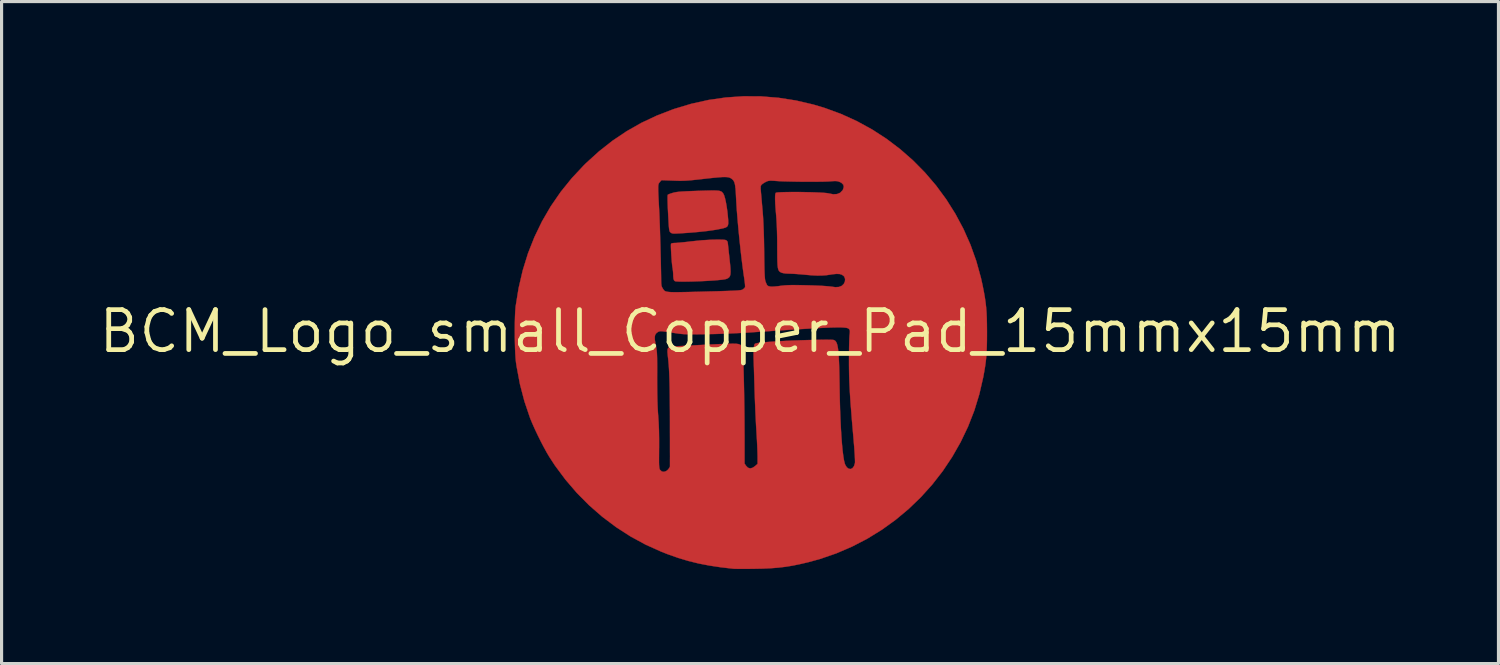
<source format=kicad_pcb>
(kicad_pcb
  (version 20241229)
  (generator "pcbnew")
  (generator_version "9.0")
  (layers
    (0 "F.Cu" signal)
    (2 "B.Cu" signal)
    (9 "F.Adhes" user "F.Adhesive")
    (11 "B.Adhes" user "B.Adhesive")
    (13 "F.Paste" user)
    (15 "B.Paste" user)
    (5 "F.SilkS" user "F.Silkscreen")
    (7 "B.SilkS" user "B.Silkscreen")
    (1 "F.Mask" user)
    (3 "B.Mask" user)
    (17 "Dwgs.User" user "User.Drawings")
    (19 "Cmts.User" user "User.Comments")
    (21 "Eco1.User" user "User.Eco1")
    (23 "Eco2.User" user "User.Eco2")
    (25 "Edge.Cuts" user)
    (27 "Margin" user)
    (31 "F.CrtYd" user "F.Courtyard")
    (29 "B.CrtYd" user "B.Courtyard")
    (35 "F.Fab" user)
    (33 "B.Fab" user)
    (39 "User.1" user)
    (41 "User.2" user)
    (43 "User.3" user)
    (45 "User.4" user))
  (footprint "BCM_Logo_small_Copper_Pad_15mmx15mm"
    (layer "F.Cu")
    (at 20.751 7.465)
    (property "Reference" "BCM_Logo_small_Copper_Pad_15mmx15mm" (at 0 0 0) (layer "F.SilkS") (effects (font (size 1.27 1.27) (thickness 0.15))))
    (attr board_only exclude_from_bom)
    (fp_poly (pts (xy -1.082 -4.469) (xy -1.011 -4.464) (xy -0.958 -4.455) (xy -0.92 -4.441) (xy -0.891 -4.422) (xy -0.868 -4.397) (xy -0.848 -4.371) (xy -0.822 -4.317) (xy -0.795 -4.227) (xy -0.768 -4.108) (xy -0.743 -3.966) (xy -0.72 -3.808) (xy -0.704 -3.655) (xy -0.693 -3.527) (xy -0.691 -3.434) (xy -0.7 -3.37) (xy -0.724 -3.327) (xy -0.767 -3.298) (xy -0.831 -3.277) (xy -0.887 -3.263) (xy -1.094 -3.223) (xy -1.339 -3.187) (xy -1.623 -3.156) (xy -1.947 -3.128) (xy -2.248 -3.109) (xy -2.35 -3.104) (xy -2.418 -3.103) (xy -2.464 -3.108) (xy -2.495 -3.119) (xy -2.52 -3.137) (xy -2.536 -3.15) (xy -2.548 -3.167) (xy -2.557 -3.191) (xy -2.565 -3.229) (xy -2.572 -3.285) (xy -2.579 -3.364) (xy -2.585 -3.471) (xy -2.593 -3.612) (xy -2.6 -3.746) (xy -2.609 -3.924) (xy -2.614 -4.073) (xy -2.617 -4.192) (xy -2.617 -4.278) (xy -2.613 -4.326) (xy -2.61 -4.335) (xy -2.581 -4.35) (xy -2.523 -4.372) (xy -2.449 -4.395) (xy -2.446 -4.396) (xy -2.396 -4.409) (xy -2.34 -4.419) (xy -2.27 -4.428) (xy -2.183 -4.436) (xy -2.072 -4.442) (xy -1.933 -4.449) (xy -1.759 -4.455) (xy -1.651 -4.459) (xy -1.457 -4.465) (xy -1.301 -4.469) (xy -1.177 -4.471) (xy -1.082 -4.469)) (stroke (width 0.01) (type solid)) (fill yes) (layer "F.Cu"))
    (fp_poly (pts (xy -0.852 -2.908) (xy -0.786 -2.901) (xy -0.745 -2.884) (xy -0.72 -2.856) (xy -0.707 -2.813) (xy -0.7 -2.751) (xy -0.696 -2.71) (xy -0.688 -2.639) (xy -0.678 -2.54) (xy -0.665 -2.424) (xy -0.652 -2.304) (xy -0.651 -2.297) (xy -0.633 -2.125) (xy -0.621 -1.99) (xy -0.618 -1.887) (xy -0.623 -1.81) (xy -0.638 -1.755) (xy -0.663 -1.716) (xy -0.7 -1.687) (xy -0.748 -1.665) (xy -0.753 -1.663) (xy -0.805 -1.651) (xy -0.893 -1.638) (xy -1.011 -1.627) (xy -1.151 -1.615) (xy -1.308 -1.605) (xy -1.475 -1.596) (xy -1.645 -1.589) (xy -1.812 -1.583) (xy -1.97 -1.579) (xy -2.112 -1.578) (xy -2.232 -1.579) (xy -2.322 -1.584) (xy -2.378 -1.591) (xy -2.378 -1.591) (xy -2.409 -1.614) (xy -2.428 -1.666) (xy -2.437 -1.751) (xy -2.438 -1.802) (xy -2.443 -1.89) (xy -2.454 -1.988) (xy -2.461 -2.024) (xy -2.47 -2.085) (xy -2.479 -2.172) (xy -2.488 -2.276) (xy -2.496 -2.39) (xy -2.503 -2.503) (xy -2.508 -2.607) (xy -2.511 -2.694) (xy -2.51 -2.755) (xy -2.508 -2.778) (xy -2.48 -2.796) (xy -2.418 -2.804) (xy -2.389 -2.805) (xy -2.334 -2.807) (xy -2.246 -2.815) (xy -2.133 -2.826) (xy -2.003 -2.839) (xy -1.864 -2.856) (xy -1.846 -2.858) (xy -1.52 -2.891) (xy -1.226 -2.908) (xy -1.079 -2.911) (xy -0.948 -2.911) (xy -0.852 -2.908)) (stroke (width 0.01) (type solid)) (fill yes) (layer "F.Cu"))
    (fp_poly (pts (xy 0.348 -7.457) (xy 0.904 -7.412) (xy 1.457 -7.326) (xy 2.006 -7.198) (xy 2.373 -7.088) (xy 2.893 -6.897) (xy 3.394 -6.669) (xy 3.874 -6.406) (xy 4.331 -6.11) (xy 4.764 -5.782) (xy 5.172 -5.424) (xy 5.552 -5.039) (xy 5.904 -4.627) (xy 6.225 -4.191) (xy 6.515 -3.731) (xy 6.772 -3.251) (xy 6.994 -2.751) (xy 7.179 -2.233) (xy 7.327 -1.699) (xy 7.381 -1.454) (xy 7.42 -1.256) (xy 7.451 -1.081) (xy 7.474 -0.919) (xy 7.492 -0.762) (xy 7.505 -0.6) (xy 7.513 -0.425) (xy 7.517 -0.227) (xy 7.519 0.004) (xy 7.519 0.042) (xy 7.518 0.273) (xy 7.514 0.471) (xy 7.507 0.644) (xy 7.497 0.803) (xy 7.481 0.955) (xy 7.46 1.11) (xy 7.432 1.278) (xy 7.401 1.45) (xy 7.277 1.99) (xy 7.116 2.516) (xy 6.917 3.024) (xy 6.682 3.515) (xy 6.414 3.985) (xy 6.114 4.434) (xy 5.783 4.859) (xy 5.423 5.259) (xy 5.035 5.633) (xy 4.622 5.978) (xy 4.184 6.294) (xy 3.723 6.578) (xy 3.241 6.828) (xy 2.739 7.044) (xy 2.219 7.223) (xy 1.848 7.325) (xy 1.59 7.385) (xy 1.352 7.434) (xy 1.124 7.471) (xy 0.896 7.498) (xy 0.657 7.517) (xy 0.396 7.529) (xy 0.133 7.534) (xy -0.023 7.536) (xy -0.169 7.537) (xy -0.299 7.537) (xy -0.406 7.536) (xy -0.483 7.535) (xy -0.523 7.533) (xy -0.922 7.487) (xy -1.288 7.432) (xy -1.631 7.366) (xy -1.959 7.285) (xy -2.282 7.188) (xy -2.609 7.073) (xy -2.82 6.99) (xy -3.314 6.768) (xy -3.792 6.508) (xy -4.251 6.212) (xy -4.69 5.882) (xy -5.105 5.52) (xy -5.494 5.128) (xy -5.855 4.708) (xy -6.186 4.263) (xy -6.369 3.983) (xy -6.452 3.843) (xy -6.545 3.673) (xy -6.643 3.485) (xy -6.74 3.289) (xy -6.832 3.095) (xy -6.912 2.914) (xy -6.978 2.756) (xy -6.985 2.736) (xy -7.16 2.218) (xy -7.301 1.678) (xy -7.406 1.121) (xy -7.427 0.984) (xy -7.439 0.867) (xy -7.449 0.715) (xy -7.457 0.538) (xy -7.462 0.342) (xy -7.465 0.18) (xy -3.024 0.18) (xy -3.02 0.272) (xy -3 0.395) (xy -2.992 0.437) (xy -2.98 0.496) (xy -2.97 0.553) (xy -2.962 0.611) (xy -2.956 0.676) (xy -2.952 0.754) (xy -2.949 0.849) (xy -2.948 0.968) (xy -2.947 1.114) (xy -2.947 1.293) (xy -2.948 1.45) (xy -2.947 1.744) (xy -2.944 2.001) (xy -2.939 2.229) (xy -2.931 2.431) (xy -2.92 2.614) (xy -2.915 2.677) (xy -2.9 2.903) (xy -2.89 3.141) (xy -2.886 3.401) (xy -2.886 3.693) (xy -2.887 3.725) (xy -2.888 3.904) (xy -2.889 4.045) (xy -2.889 4.154) (xy -2.887 4.235) (xy -2.883 4.294) (xy -2.878 4.336) (xy -2.871 4.365) (xy -2.861 4.386) (xy -2.854 4.397) (xy -2.8 4.446) (xy -2.732 4.458) (xy -2.661 4.434) (xy -2.606 4.39) (xy -2.567 4.34) (xy -2.544 4.298) (xy -2.541 4.289) (xy -2.541 4.262) (xy -2.541 4.197) (xy -2.541 4.096) (xy -2.54 3.965) (xy -2.541 3.805) (xy -2.541 3.621) (xy -2.541 3.416) (xy -2.542 3.194) (xy -2.542 2.959) (xy -2.542 2.868) (xy -2.543 2.552) (xy -2.545 2.274) (xy -2.547 2.031) (xy -2.55 1.818) (xy -2.554 1.631) (xy -2.559 1.467) (xy -2.565 1.321) (xy -2.572 1.189) (xy -2.58 1.068) (xy -2.59 0.953) (xy -2.602 0.84) (xy -2.61 0.768) (xy -2.62 0.657) (xy -2.618 0.58) (xy -2.601 0.53) (xy -2.567 0.502) (xy -2.518 0.488) (xy -2.477 0.483) (xy -2.4 0.478) (xy -2.292 0.471) (xy -2.158 0.463) (xy -2.003 0.455) (xy -1.833 0.446) (xy -1.654 0.437) (xy -1.471 0.428) (xy -1.29 0.419) (xy -1.115 0.411) (xy -0.953 0.404) (xy -0.808 0.399) (xy -0.687 0.394) (xy -0.595 0.392) (xy -0.548 0.391) (xy -0.433 0.394) (xy -0.353 0.406) (xy -0.3 0.431) (xy -0.267 0.474) (xy -0.246 0.541) (xy -0.236 0.592) (xy -0.23 0.65) (xy -0.224 0.747) (xy -0.217 0.877) (xy -0.211 1.038) (xy -0.205 1.225) (xy -0.199 1.435) (xy -0.194 1.663) (xy -0.189 1.905) (xy -0.185 2.157) (xy -0.181 2.416) (xy -0.178 2.678) (xy -0.176 2.937) (xy -0.175 3.191) (xy -0.174 3.314) (xy -0.174 4.195) (xy -0.125 4.267) (xy -0.065 4.328) (xy 0.005 4.349) (xy 0.083 4.328) (xy 0.155 4.279) (xy 0.239 4.206) (xy 0.239 3.966) (xy 0.237 3.877) (xy 0.233 3.755) (xy 0.227 3.609) (xy 0.219 3.447) (xy 0.209 3.279) (xy 0.202 3.154) (xy 0.191 2.98) (xy 0.181 2.775) (xy 0.17 2.552) (xy 0.161 2.323) (xy 0.152 2.098) (xy 0.145 1.891) (xy 0.144 1.873) (xy 0.139 1.687) (xy 0.133 1.5) (xy 0.128 1.32) (xy 0.123 1.155) (xy 0.118 1.013) (xy 0.115 0.902) (xy 0.113 0.868) (xy 0.111 0.706) (xy 0.115 0.574) (xy 0.125 0.476) (xy 0.141 0.414) (xy 0.151 0.398) (xy 0.177 0.385) (xy 0.229 0.373) (xy 0.311 0.36) (xy 0.424 0.348) (xy 0.573 0.336) (xy 0.76 0.323) (xy 0.853 0.317) (xy 1.018 0.308) (xy 1.197 0.299) (xy 1.386 0.291) (xy 1.578 0.284) (xy 1.77 0.278) (xy 1.956 0.273) (xy 2.13 0.269) (xy 2.287 0.266) (xy 2.423 0.265) (xy 2.532 0.266) (xy 2.609 0.268) (xy 2.648 0.272) (xy 2.682 0.285) (xy 2.712 0.308) (xy 2.737 0.344) (xy 2.759 0.396) (xy 2.777 0.467) (xy 2.793 0.559) (xy 2.805 0.675) (xy 2.816 0.819) (xy 2.824 0.993) (xy 2.831 1.2) (xy 2.836 1.443) (xy 2.841 1.725) (xy 2.842 1.778) (xy 2.848 2.133) (xy 2.857 2.469) (xy 2.869 2.785) (xy 2.883 3.077) (xy 2.9 3.344) (xy 2.918 3.582) (xy 2.938 3.789) (xy 2.96 3.962) (xy 2.983 4.1) (xy 3.008 4.199) (xy 3.021 4.234) (xy 3.072 4.316) (xy 3.132 4.36) (xy 3.195 4.368) (xy 3.252 4.339) (xy 3.299 4.276) (xy 3.329 4.18) (xy 3.33 4.173) (xy 3.331 4.13) (xy 3.329 4.05) (xy 3.324 3.941) (xy 3.315 3.809) (xy 3.305 3.659) (xy 3.291 3.499) (xy 3.289 3.471) (xy 3.26 3.133) (xy 3.234 2.832) (xy 3.213 2.564) (xy 3.194 2.325) (xy 3.179 2.11) (xy 3.167 1.914) (xy 3.158 1.734) (xy 3.15 1.563) (xy 3.145 1.399) (xy 3.142 1.236) (xy 3.14 1.07) (xy 3.14 0.973) (xy 3.14 0.801) (xy 3.142 0.633) (xy 3.144 0.477) (xy 3.148 0.34) (xy 3.151 0.229) (xy 3.156 0.152) (xy 3.157 0.137) (xy 3.166 0.049) (xy 3.168 -0.007) (xy 3.162 -0.042) (xy 3.147 -0.067) (xy 3.128 -0.085) (xy 3.109 -0.097) (xy 3.08 -0.107) (xy 3.039 -0.115) (xy 2.984 -0.121) (xy 2.913 -0.125) (xy 2.823 -0.126) (xy 2.714 -0.125) (xy 2.583 -0.122) (xy 2.427 -0.116) (xy 2.246 -0.108) (xy 2.037 -0.097) (xy 1.797 -0.083) (xy 1.526 -0.067) (xy 1.221 -0.048) (xy 0.879 -0.025) (xy 0.5 0) (xy 0.081 0.028) (xy 0.017 0.033) (xy -0.177 0.045) (xy -0.4 0.056) (xy -0.641 0.067) (xy -0.885 0.076) (xy -1.121 0.084) (xy -1.336 0.088) (xy -1.355 0.089) (xy -1.55 0.092) (xy -1.71 0.094) (xy -1.84 0.095) (xy -1.947 0.094) (xy -2.038 0.091) (xy -2.119 0.087) (xy -2.196 0.08) (xy -2.277 0.07) (xy -2.366 0.057) (xy -2.47 0.042) (xy -2.606 0.021) (xy -2.707 0.007) (xy -2.78 -0.002) (xy -2.83 -0.005) (xy -2.866 -0.002) (xy -2.892 0.005) (xy -2.917 0.017) (xy -2.929 0.024) (xy -2.979 0.063) (xy -3.011 0.113) (xy -3.024 0.18) (xy -7.465 0.18) (xy -7.465 0.137) (xy -7.466 -0.07) (xy -7.464 -0.27) (xy -7.459 -0.456) (xy -7.452 -0.619) (xy -7.442 -0.751) (xy -7.438 -0.794) (xy -7.344 -1.373) (xy -7.214 -1.933) (xy -7.047 -2.473) (xy -6.842 -2.992) (xy -6.601 -3.491) (xy -6.323 -3.969) (xy -6.008 -4.426) (xy -5.916 -4.54) (xy -2.915 -4.54) (xy -2.914 -4.459) (xy -2.91 -4.354) (xy -2.904 -4.22) (xy -2.895 -4.053) (xy -2.884 -3.85) (xy -2.88 -3.778) (xy -2.875 -3.669) (xy -2.87 -3.525) (xy -2.863 -3.351) (xy -2.857 -3.156) (xy -2.851 -2.945) (xy -2.844 -2.725) (xy -2.839 -2.503) (xy -2.833 -2.286) (xy -2.829 -2.081) (xy -2.825 -1.893) (xy -2.822 -1.731) (xy -2.821 -1.617) (xy -2.818 -1.522) (xy -2.811 -1.456) (xy -2.796 -1.407) (xy -2.771 -1.364) (xy -2.754 -1.337) (xy -2.739 -1.315) (xy -2.722 -1.295) (xy -2.701 -1.279) (xy -2.672 -1.267) (xy -2.633 -1.257) (xy -2.579 -1.25) (xy -2.509 -1.245) (xy -2.418 -1.243) (xy -2.304 -1.243) (xy -2.164 -1.245) (xy -1.994 -1.248) (xy -1.791 -1.253) (xy -1.552 -1.259) (xy -1.274 -1.267) (xy -1.262 -1.267) (xy -1.031 -1.273) (xy -0.838 -1.279) (xy -0.68 -1.284) (xy -0.554 -1.289) (xy -0.454 -1.294) (xy -0.378 -1.299) (xy -0.322 -1.305) (xy -0.282 -1.311) (xy -0.254 -1.318) (xy -0.235 -1.327) (xy -0.229 -1.33) (xy -0.184 -1.367) (xy -0.158 -1.402) (xy -0.157 -1.434) (xy -0.161 -1.5) (xy -0.171 -1.59) (xy -0.186 -1.696) (xy -0.192 -1.734) (xy -0.222 -1.944) (xy -0.253 -2.185) (xy -0.285 -2.45) (xy -0.316 -2.731) (xy -0.346 -3.019) (xy -0.374 -3.306) (xy -0.398 -3.583) (xy -0.419 -3.842) (xy -0.434 -4.075) (xy -0.444 -4.255) (xy -0.452 -4.42) (xy -0.462 -4.549) (xy -0.464 -4.56) (xy 0.336 -4.56) (xy 0.34 -4.487) (xy 0.342 -4.468) (xy 0.347 -4.402) (xy 0.356 -4.303) (xy 0.367 -4.178) (xy 0.379 -4.038) (xy 0.392 -3.89) (xy 0.397 -3.842) (xy 0.412 -3.645) (xy 0.424 -3.43) (xy 0.434 -3.19) (xy 0.442 -2.921) (xy 0.447 -2.616) (xy 0.448 -2.519) (xy 0.451 -2.299) (xy 0.454 -2.117) (xy 0.457 -1.97) (xy 0.461 -1.852) (xy 0.466 -1.76) (xy 0.471 -1.691) (xy 0.477 -1.639) (xy 0.485 -1.601) (xy 0.492 -1.579) (xy 0.517 -1.517) (xy 0.54 -1.47) (xy 0.547 -1.459) (xy 0.588 -1.433) (xy 0.658 -1.42) (xy 0.761 -1.421) (xy 0.9 -1.435) (xy 0.95 -1.442) (xy 1.031 -1.452) (xy 1.113 -1.46) (xy 1.201 -1.465) (xy 1.304 -1.468) (xy 1.426 -1.468) (xy 1.576 -1.467) (xy 1.76 -1.463) (xy 1.805 -1.462) (xy 1.988 -1.457) (xy 2.157 -1.45) (xy 2.306 -1.443) (xy 2.43 -1.434) (xy 2.523 -1.426) (xy 2.567 -1.42) (xy 2.709 -1.402) (xy 2.82 -1.409) (xy 2.906 -1.442) (xy 2.912 -1.446) (xy 2.976 -1.507) (xy 3.011 -1.583) (xy 3.017 -1.663) (xy 2.99 -1.735) (xy 2.972 -1.757) (xy 2.915 -1.798) (xy 2.842 -1.82) (xy 2.745 -1.824) (xy 2.619 -1.812) (xy 2.558 -1.802) (xy 2.422 -1.782) (xy 2.285 -1.772) (xy 2.138 -1.77) (xy 1.972 -1.778) (xy 1.777 -1.794) (xy 1.721 -1.8) (xy 1.594 -1.811) (xy 1.464 -1.821) (xy 1.346 -1.828) (xy 1.254 -1.831) (xy 1.249 -1.831) (xy 1.141 -1.835) (xy 1.051 -1.848) (xy 1 -1.862) (xy 0.964 -1.879) (xy 0.935 -1.9) (xy 0.912 -1.929) (xy 0.894 -1.97) (xy 0.882 -2.028) (xy 0.873 -2.108) (xy 0.868 -2.213) (xy 0.865 -2.349) (xy 0.864 -2.519) (xy 0.863 -2.672) (xy 0.862 -2.915) (xy 0.857 -3.144) (xy 0.85 -3.353) (xy 0.84 -3.534) (xy 0.832 -3.645) (xy 0.813 -3.868) (xy 0.8 -4.05) (xy 0.795 -4.193) (xy 0.796 -4.298) (xy 0.804 -4.365) (xy 0.817 -4.397) (xy 0.846 -4.405) (xy 0.912 -4.411) (xy 1.009 -4.416) (xy 1.131 -4.419) (xy 1.272 -4.421) (xy 1.428 -4.422) (xy 1.591 -4.421) (xy 1.757 -4.418) (xy 1.92 -4.415) (xy 2.073 -4.41) (xy 2.212 -4.404) (xy 2.331 -4.397) (xy 2.423 -4.389) (xy 2.484 -4.38) (xy 2.493 -4.378) (xy 2.639 -4.35) (xy 2.761 -4.357) (xy 2.859 -4.397) (xy 2.932 -4.472) (xy 2.95 -4.501) (xy 2.975 -4.584) (xy 2.96 -4.653) (xy 2.905 -4.71) (xy 2.857 -4.736) (xy 2.809 -4.755) (xy 2.764 -4.766) (xy 2.71 -4.77) (xy 2.637 -4.768) (xy 2.537 -4.76) (xy 2.444 -4.755) (xy 2.316 -4.751) (xy 2.161 -4.749) (xy 1.985 -4.748) (xy 1.798 -4.748) (xy 1.605 -4.749) (xy 1.414 -4.752) (xy 1.233 -4.756) (xy 1.07 -4.76) (xy 0.931 -4.766) (xy 0.836 -4.772) (xy 0.729 -4.78) (xy 0.654 -4.782) (xy 0.6 -4.778) (xy 0.557 -4.768) (xy 0.515 -4.751) (xy 0.513 -4.75) (xy 0.447 -4.714) (xy 0.389 -4.674) (xy 0.378 -4.664) (xy 0.352 -4.636) (xy 0.339 -4.606) (xy 0.336 -4.56) (xy -0.464 -4.56) (xy -0.476 -4.648) (xy -0.494 -4.721) (xy -0.519 -4.775) (xy -0.552 -4.816) (xy -0.595 -4.85) (xy -0.607 -4.858) (xy -0.641 -4.875) (xy -0.681 -4.888) (xy -0.733 -4.895) (xy -0.8 -4.898) (xy -0.887 -4.896) (xy -0.998 -4.888) (xy -1.139 -4.875) (xy -1.312 -4.857) (xy -1.503 -4.835) (xy -1.681 -4.815) (xy -1.826 -4.8) (xy -1.946 -4.789) (xy -2.05 -4.782) (xy -2.146 -4.779) (xy -2.243 -4.778) (xy -2.35 -4.781) (xy -2.44 -4.784) (xy -2.812 -4.798) (xy -2.867 -4.733) (xy -2.882 -4.715) (xy -2.894 -4.697) (xy -2.903 -4.674) (xy -2.91 -4.643) (xy -2.914 -4.6) (xy -2.915 -4.54) (xy -5.916 -4.54) (xy -5.656 -4.861) (xy -5.269 -5.275) (xy -5.209 -5.334) (xy -4.794 -5.711) (xy -4.365 -6.049) (xy -3.917 -6.35) (xy -3.449 -6.616) (xy -2.958 -6.847) (xy -2.44 -7.047) (xy -2.401 -7.06) (xy -1.862 -7.222) (xy -1.315 -7.343) (xy -0.763 -7.422) (xy -0.208 -7.46) (xy 0.348 -7.457)) (stroke (width 0.01) (type solid)) (fill yes) (layer "F.Cu"))
    (fp_poly (pts (xy -1.082 -4.469) (xy -1.011 -4.464) (xy -0.958 -4.455) (xy -0.92 -4.441) (xy -0.891 -4.422) (xy -0.868 -4.397) (xy -0.848 -4.371) (xy -0.822 -4.317) (xy -0.795 -4.227) (xy -0.768 -4.108) (xy -0.743 -3.966) (xy -0.72 -3.808) (xy -0.704 -3.655) (xy -0.693 -3.527) (xy -0.691 -3.434) (xy -0.7 -3.37) (xy -0.724 -3.327) (xy -0.767 -3.298) (xy -0.831 -3.277) (xy -0.887 -3.263) (xy -1.094 -3.223) (xy -1.339 -3.187) (xy -1.623 -3.156) (xy -1.947 -3.128) (xy -2.248 -3.109) (xy -2.35 -3.104) (xy -2.418 -3.103) (xy -2.464 -3.108) (xy -2.495 -3.119) (xy -2.52 -3.137) (xy -2.536 -3.15) (xy -2.548 -3.167) (xy -2.557 -3.191) (xy -2.565 -3.229) (xy -2.572 -3.285) (xy -2.579 -3.364) (xy -2.585 -3.471) (xy -2.593 -3.612) (xy -2.6 -3.746) (xy -2.609 -3.924) (xy -2.614 -4.073) (xy -2.617 -4.192) (xy -2.617 -4.278) (xy -2.613 -4.326) (xy -2.61 -4.335) (xy -2.581 -4.35) (xy -2.523 -4.372) (xy -2.449 -4.395) (xy -2.446 -4.396) (xy -2.396 -4.409) (xy -2.34 -4.419) (xy -2.27 -4.428) (xy -2.183 -4.436) (xy -2.072 -4.442) (xy -1.933 -4.449) (xy -1.759 -4.455) (xy -1.651 -4.459) (xy -1.457 -4.465) (xy -1.301 -4.469) (xy -1.177 -4.471) (xy -1.082 -4.469)) (stroke (width 0.01) (type solid)) (fill yes) (layer "F.Mask"))
    (fp_poly (pts (xy -0.852 -2.908) (xy -0.786 -2.901) (xy -0.745 -2.884) (xy -0.72 -2.856) (xy -0.707 -2.813) (xy -0.7 -2.751) (xy -0.696 -2.71) (xy -0.688 -2.639) (xy -0.678 -2.54) (xy -0.665 -2.424) (xy -0.652 -2.304) (xy -0.651 -2.297) (xy -0.633 -2.125) (xy -0.621 -1.99) (xy -0.618 -1.887) (xy -0.623 -1.81) (xy -0.638 -1.755) (xy -0.663 -1.716) (xy -0.7 -1.687) (xy -0.748 -1.665) (xy -0.753 -1.663) (xy -0.805 -1.651) (xy -0.893 -1.638) (xy -1.011 -1.627) (xy -1.151 -1.615) (xy -1.308 -1.605) (xy -1.475 -1.596) (xy -1.645 -1.589) (xy -1.812 -1.583) (xy -1.97 -1.579) (xy -2.112 -1.578) (xy -2.232 -1.579) (xy -2.322 -1.584) (xy -2.378 -1.591) (xy -2.378 -1.591) (xy -2.409 -1.614) (xy -2.428 -1.666) (xy -2.437 -1.751) (xy -2.438 -1.802) (xy -2.443 -1.89) (xy -2.454 -1.988) (xy -2.461 -2.024) (xy -2.47 -2.085) (xy -2.479 -2.172) (xy -2.488 -2.276) (xy -2.496 -2.39) (xy -2.503 -2.503) (xy -2.508 -2.607) (xy -2.511 -2.694) (xy -2.51 -2.755) (xy -2.508 -2.778) (xy -2.48 -2.796) (xy -2.418 -2.804) (xy -2.389 -2.805) (xy -2.334 -2.807) (xy -2.246 -2.815) (xy -2.133 -2.826) (xy -2.003 -2.839) (xy -1.864 -2.856) (xy -1.846 -2.858) (xy -1.52 -2.891) (xy -1.226 -2.908) (xy -1.079 -2.911) (xy -0.948 -2.911) (xy -0.852 -2.908)) (stroke (width 0.01) (type solid)) (fill yes) (layer "F.Mask"))
    (fp_poly (pts (xy 0.348 -7.457) (xy 0.904 -7.412) (xy 1.457 -7.326) (xy 2.006 -7.198) (xy 2.373 -7.088) (xy 2.893 -6.897) (xy 3.394 -6.669) (xy 3.874 -6.406) (xy 4.331 -6.11) (xy 4.764 -5.782) (xy 5.172 -5.424) (xy 5.552 -5.039) (xy 5.904 -4.627) (xy 6.225 -4.191) (xy 6.515 -3.731) (xy 6.772 -3.251) (xy 6.994 -2.751) (xy 7.179 -2.233) (xy 7.327 -1.699) (xy 7.381 -1.454) (xy 7.42 -1.256) (xy 7.451 -1.081) (xy 7.474 -0.919) (xy 7.492 -0.762) (xy 7.505 -0.6) (xy 7.513 -0.425) (xy 7.517 -0.227) (xy 7.519 0.004) (xy 7.519 0.042) (xy 7.518 0.273) (xy 7.514 0.471) (xy 7.507 0.644) (xy 7.497 0.803) (xy 7.481 0.955) (xy 7.46 1.11) (xy 7.432 1.278) (xy 7.401 1.45) (xy 7.277 1.99) (xy 7.116 2.516) (xy 6.917 3.024) (xy 6.682 3.515) (xy 6.414 3.985) (xy 6.114 4.434) (xy 5.783 4.859) (xy 5.423 5.259) (xy 5.035 5.633) (xy 4.622 5.978) (xy 4.184 6.294) (xy 3.723 6.578) (xy 3.241 6.828) (xy 2.739 7.044) (xy 2.219 7.223) (xy 1.848 7.325) (xy 1.59 7.385) (xy 1.352 7.434) (xy 1.124 7.471) (xy 0.896 7.498) (xy 0.657 7.517) (xy 0.396 7.529) (xy 0.133 7.534) (xy -0.023 7.536) (xy -0.169 7.537) (xy -0.299 7.537) (xy -0.406 7.536) (xy -0.483 7.535) (xy -0.523 7.533) (xy -0.922 7.487) (xy -1.288 7.432) (xy -1.631 7.366) (xy -1.959 7.285) (xy -2.282 7.188) (xy -2.609 7.073) (xy -2.82 6.99) (xy -3.314 6.768) (xy -3.792 6.508) (xy -4.251 6.212) (xy -4.69 5.882) (xy -5.105 5.52) (xy -5.494 5.128) (xy -5.855 4.708) (xy -6.186 4.263) (xy -6.369 3.983) (xy -6.452 3.843) (xy -6.545 3.673) (xy -6.643 3.485) (xy -6.74 3.289) (xy -6.832 3.095) (xy -6.912 2.914) (xy -6.978 2.756) (xy -6.985 2.736) (xy -7.16 2.218) (xy -7.301 1.678) (xy -7.406 1.121) (xy -7.427 0.984) (xy -7.439 0.867) (xy -7.449 0.715) (xy -7.457 0.538) (xy -7.462 0.342) (xy -7.465 0.18) (xy -3.024 0.18) (xy -3.02 0.272) (xy -3 0.395) (xy -2.992 0.437) (xy -2.98 0.496) (xy -2.97 0.553) (xy -2.962 0.611) (xy -2.956 0.676) (xy -2.952 0.754) (xy -2.949 0.849) (xy -2.948 0.968) (xy -2.947 1.114) (xy -2.947 1.293) (xy -2.948 1.45) (xy -2.947 1.744) (xy -2.944 2.001) (xy -2.939 2.229) (xy -2.931 2.431) (xy -2.92 2.614) (xy -2.915 2.677) (xy -2.9 2.903) (xy -2.89 3.141) (xy -2.886 3.401) (xy -2.886 3.693) (xy -2.887 3.725) (xy -2.888 3.904) (xy -2.889 4.045) (xy -2.889 4.154) (xy -2.887 4.235) (xy -2.883 4.294) (xy -2.878 4.336) (xy -2.871 4.365) (xy -2.861 4.386) (xy -2.854 4.397) (xy -2.8 4.446) (xy -2.732 4.458) (xy -2.661 4.434) (xy -2.606 4.39) (xy -2.567 4.34) (xy -2.544 4.298) (xy -2.541 4.289) (xy -2.541 4.262) (xy -2.541 4.197) (xy -2.541 4.096) (xy -2.54 3.965) (xy -2.541 3.805) (xy -2.541 3.621) (xy -2.541 3.416) (xy -2.542 3.194) (xy -2.542 2.959) (xy -2.542 2.868) (xy -2.543 2.552) (xy -2.545 2.274) (xy -2.547 2.031) (xy -2.55 1.818) (xy -2.554 1.631) (xy -2.559 1.467) (xy -2.565 1.321) (xy -2.572 1.189) (xy -2.58 1.068) (xy -2.59 0.953) (xy -2.602 0.84) (xy -2.61 0.768) (xy -2.62 0.657) (xy -2.618 0.58) (xy -2.601 0.53) (xy -2.567 0.502) (xy -2.518 0.488) (xy -2.477 0.483) (xy -2.4 0.478) (xy -2.292 0.471) (xy -2.158 0.463) (xy -2.003 0.455) (xy -1.833 0.446) (xy -1.654 0.437) (xy -1.471 0.428) (xy -1.29 0.419) (xy -1.115 0.411) (xy -0.953 0.404) (xy -0.808 0.399) (xy -0.687 0.394) (xy -0.595 0.392) (xy -0.548 0.391) (xy -0.433 0.394) (xy -0.353 0.406) (xy -0.3 0.431) (xy -0.267 0.474) (xy -0.246 0.541) (xy -0.236 0.592) (xy -0.23 0.65) (xy -0.224 0.747) (xy -0.217 0.877) (xy -0.211 1.038) (xy -0.205 1.225) (xy -0.199 1.435) (xy -0.194 1.663) (xy -0.189 1.905) (xy -0.185 2.157) (xy -0.181 2.416) (xy -0.178 2.678) (xy -0.176 2.937) (xy -0.175 3.191) (xy -0.174 3.314) (xy -0.174 4.195) (xy -0.125 4.267) (xy -0.065 4.328) (xy 0.005 4.349) (xy 0.083 4.328) (xy 0.155 4.279) (xy 0.239 4.206) (xy 0.239 3.966) (xy 0.237 3.877) (xy 0.233 3.755) (xy 0.227 3.609) (xy 0.219 3.447) (xy 0.209 3.279) (xy 0.202 3.154) (xy 0.191 2.98) (xy 0.181 2.775) (xy 0.17 2.552) (xy 0.161 2.323) (xy 0.152 2.098) (xy 0.145 1.891) (xy 0.144 1.873) (xy 0.139 1.687) (xy 0.133 1.5) (xy 0.128 1.32) (xy 0.123 1.155) (xy 0.118 1.013) (xy 0.115 0.902) (xy 0.113 0.868) (xy 0.111 0.706) (xy 0.115 0.574) (xy 0.125 0.476) (xy 0.141 0.414) (xy 0.151 0.398) (xy 0.177 0.385) (xy 0.229 0.373) (xy 0.311 0.36) (xy 0.424 0.348) (xy 0.573 0.336) (xy 0.76 0.323) (xy 0.853 0.317) (xy 1.018 0.308) (xy 1.197 0.299) (xy 1.386 0.291) (xy 1.578 0.284) (xy 1.77 0.278) (xy 1.956 0.273) (xy 2.13 0.269) (xy 2.287 0.266) (xy 2.423 0.265) (xy 2.532 0.266) (xy 2.609 0.268) (xy 2.648 0.272) (xy 2.682 0.285) (xy 2.712 0.308) (xy 2.737 0.344) (xy 2.759 0.396) (xy 2.777 0.467) (xy 2.793 0.559) (xy 2.805 0.675) (xy 2.816 0.819) (xy 2.824 0.993) (xy 2.831 1.2) (xy 2.836 1.443) (xy 2.841 1.725) (xy 2.842 1.778) (xy 2.848 2.133) (xy 2.857 2.469) (xy 2.869 2.785) (xy 2.883 3.077) (xy 2.9 3.344) (xy 2.918 3.582) (xy 2.938 3.789) (xy 2.96 3.962) (xy 2.983 4.1) (xy 3.008 4.199) (xy 3.021 4.234) (xy 3.072 4.316) (xy 3.132 4.36) (xy 3.195 4.368) (xy 3.252 4.339) (xy 3.299 4.276) (xy 3.329 4.18) (xy 3.33 4.173) (xy 3.331 4.13) (xy 3.329 4.05) (xy 3.324 3.941) (xy 3.315 3.809) (xy 3.305 3.659) (xy 3.291 3.499) (xy 3.289 3.471) (xy 3.26 3.133) (xy 3.234 2.832) (xy 3.213 2.564) (xy 3.194 2.325) (xy 3.179 2.11) (xy 3.167 1.914) (xy 3.158 1.734) (xy 3.15 1.563) (xy 3.145 1.399) (xy 3.142 1.236) (xy 3.14 1.07) (xy 3.14 0.973) (xy 3.14 0.801) (xy 3.142 0.633) (xy 3.144 0.477) (xy 3.148 0.34) (xy 3.151 0.229) (xy 3.156 0.152) (xy 3.157 0.137) (xy 3.166 0.049) (xy 3.168 -0.007) (xy 3.162 -0.042) (xy 3.147 -0.067) (xy 3.128 -0.085) (xy 3.109 -0.097) (xy 3.08 -0.107) (xy 3.039 -0.115) (xy 2.984 -0.121) (xy 2.913 -0.125) (xy 2.823 -0.126) (xy 2.714 -0.125) (xy 2.583 -0.122) (xy 2.427 -0.116) (xy 2.246 -0.108) (xy 2.037 -0.097) (xy 1.797 -0.083) (xy 1.526 -0.067) (xy 1.221 -0.048) (xy 0.879 -0.025) (xy 0.5 0) (xy 0.081 0.028) (xy 0.017 0.033) (xy -0.177 0.045) (xy -0.4 0.056) (xy -0.641 0.067) (xy -0.885 0.076) (xy -1.121 0.084) (xy -1.336 0.088) (xy -1.355 0.089) (xy -1.55 0.092) (xy -1.71 0.094) (xy -1.84 0.095) (xy -1.947 0.094) (xy -2.038 0.091) (xy -2.119 0.087) (xy -2.196 0.08) (xy -2.277 0.07) (xy -2.366 0.057) (xy -2.47 0.042) (xy -2.606 0.021) (xy -2.707 0.007) (xy -2.78 -0.002) (xy -2.83 -0.005) (xy -2.866 -0.002) (xy -2.892 0.005) (xy -2.917 0.017) (xy -2.929 0.024) (xy -2.979 0.063) (xy -3.011 0.113) (xy -3.024 0.18) (xy -7.465 0.18) (xy -7.465 0.137) (xy -7.466 -0.07) (xy -7.464 -0.27) (xy -7.459 -0.456) (xy -7.452 -0.619) (xy -7.442 -0.751) (xy -7.438 -0.794) (xy -7.344 -1.373) (xy -7.214 -1.933) (xy -7.047 -2.473) (xy -6.842 -2.992) (xy -6.601 -3.491) (xy -6.323 -3.969) (xy -6.008 -4.426) (xy -5.916 -4.54) (xy -2.915 -4.54) (xy -2.914 -4.459) (xy -2.91 -4.354) (xy -2.904 -4.22) (xy -2.895 -4.053) (xy -2.884 -3.85) (xy -2.88 -3.778) (xy -2.875 -3.669) (xy -2.87 -3.525) (xy -2.863 -3.351) (xy -2.857 -3.156) (xy -2.851 -2.945) (xy -2.844 -2.725) (xy -2.839 -2.503) (xy -2.833 -2.286) (xy -2.829 -2.081) (xy -2.825 -1.893) (xy -2.822 -1.731) (xy -2.821 -1.617) (xy -2.818 -1.522) (xy -2.811 -1.456) (xy -2.796 -1.407) (xy -2.771 -1.364) (xy -2.754 -1.337) (xy -2.739 -1.315) (xy -2.722 -1.295) (xy -2.701 -1.279) (xy -2.672 -1.267) (xy -2.633 -1.257) (xy -2.579 -1.25) (xy -2.509 -1.245) (xy -2.418 -1.243) (xy -2.304 -1.243) (xy -2.164 -1.245) (xy -1.994 -1.248) (xy -1.791 -1.253) (xy -1.552 -1.259) (xy -1.274 -1.267) (xy -1.262 -1.267) (xy -1.031 -1.273) (xy -0.838 -1.279) (xy -0.68 -1.284) (xy -0.554 -1.289) (xy -0.454 -1.294) (xy -0.378 -1.299) (xy -0.322 -1.305) (xy -0.282 -1.311) (xy -0.254 -1.318) (xy -0.235 -1.327) (xy -0.229 -1.33) (xy -0.184 -1.367) (xy -0.158 -1.402) (xy -0.157 -1.434) (xy -0.161 -1.5) (xy -0.171 -1.59) (xy -0.186 -1.696) (xy -0.192 -1.734) (xy -0.222 -1.944) (xy -0.253 -2.185) (xy -0.285 -2.45) (xy -0.316 -2.731) (xy -0.346 -3.019) (xy -0.374 -3.306) (xy -0.398 -3.583) (xy -0.419 -3.842) (xy -0.434 -4.075) (xy -0.444 -4.255) (xy -0.452 -4.42) (xy -0.462 -4.549) (xy -0.464 -4.56) (xy 0.336 -4.56) (xy 0.34 -4.487) (xy 0.342 -4.468) (xy 0.347 -4.402) (xy 0.356 -4.303) (xy 0.367 -4.178) (xy 0.379 -4.038) (xy 0.392 -3.89) (xy 0.397 -3.842) (xy 0.412 -3.645) (xy 0.424 -3.43) (xy 0.434 -3.19) (xy 0.442 -2.921) (xy 0.447 -2.616) (xy 0.448 -2.519) (xy 0.451 -2.299) (xy 0.454 -2.117) (xy 0.457 -1.97) (xy 0.461 -1.852) (xy 0.466 -1.76) (xy 0.471 -1.691) (xy 0.477 -1.639) (xy 0.485 -1.601) (xy 0.492 -1.579) (xy 0.517 -1.517) (xy 0.54 -1.47) (xy 0.547 -1.459) (xy 0.588 -1.433) (xy 0.658 -1.42) (xy 0.761 -1.421) (xy 0.9 -1.435) (xy 0.95 -1.442) (xy 1.031 -1.452) (xy 1.113 -1.46) (xy 1.201 -1.465) (xy 1.304 -1.468) (xy 1.426 -1.468) (xy 1.576 -1.467) (xy 1.76 -1.463) (xy 1.805 -1.462) (xy 1.988 -1.457) (xy 2.157 -1.45) (xy 2.306 -1.443) (xy 2.43 -1.434) (xy 2.523 -1.426) (xy 2.567 -1.42) (xy 2.709 -1.402) (xy 2.82 -1.409) (xy 2.906 -1.442) (xy 2.912 -1.446) (xy 2.976 -1.507) (xy 3.011 -1.583) (xy 3.017 -1.663) (xy 2.99 -1.735) (xy 2.972 -1.757) (xy 2.915 -1.798) (xy 2.842 -1.82) (xy 2.745 -1.824) (xy 2.619 -1.812) (xy 2.558 -1.802) (xy 2.422 -1.782) (xy 2.285 -1.772) (xy 2.138 -1.77) (xy 1.972 -1.778) (xy 1.777 -1.794) (xy 1.721 -1.8) (xy 1.594 -1.811) (xy 1.464 -1.821) (xy 1.346 -1.828) (xy 1.254 -1.831) (xy 1.249 -1.831) (xy 1.141 -1.835) (xy 1.051 -1.848) (xy 1 -1.862) (xy 0.964 -1.879) (xy 0.935 -1.9) (xy 0.912 -1.929) (xy 0.894 -1.97) (xy 0.882 -2.028) (xy 0.873 -2.108) (xy 0.868 -2.213) (xy 0.865 -2.349) (xy 0.864 -2.519) (xy 0.863 -2.672) (xy 0.862 -2.915) (xy 0.857 -3.144) (xy 0.85 -3.353) (xy 0.84 -3.534) (xy 0.832 -3.645) (xy 0.813 -3.868) (xy 0.8 -4.05) (xy 0.795 -4.193) (xy 0.796 -4.298) (xy 0.804 -4.365) (xy 0.817 -4.397) (xy 0.846 -4.405) (xy 0.912 -4.411) (xy 1.009 -4.416) (xy 1.131 -4.419) (xy 1.272 -4.421) (xy 1.428 -4.422) (xy 1.591 -4.421) (xy 1.757 -4.418) (xy 1.92 -4.415) (xy 2.073 -4.41) (xy 2.212 -4.404) (xy 2.331 -4.397) (xy 2.423 -4.389) (xy 2.484 -4.38) (xy 2.493 -4.378) (xy 2.639 -4.35) (xy 2.761 -4.357) (xy 2.859 -4.397) (xy 2.932 -4.472) (xy 2.95 -4.501) (xy 2.975 -4.584) (xy 2.96 -4.653) (xy 2.905 -4.71) (xy 2.857 -4.736) (xy 2.809 -4.755) (xy 2.764 -4.766) (xy 2.71 -4.77) (xy 2.637 -4.768) (xy 2.537 -4.76) (xy 2.444 -4.755) (xy 2.316 -4.751) (xy 2.161 -4.749) (xy 1.985 -4.748) (xy 1.798 -4.748) (xy 1.605 -4.749) (xy 1.414 -4.752) (xy 1.233 -4.756) (xy 1.07 -4.76) (xy 0.931 -4.766) (xy 0.836 -4.772) (xy 0.729 -4.78) (xy 0.654 -4.782) (xy 0.6 -4.778) (xy 0.557 -4.768) (xy 0.515 -4.751) (xy 0.513 -4.75) (xy 0.447 -4.714) (xy 0.389 -4.674) (xy 0.378 -4.664) (xy 0.352 -4.636) (xy 0.339 -4.606) (xy 0.336 -4.56) (xy -0.464 -4.56) (xy -0.476 -4.648) (xy -0.494 -4.721) (xy -0.519 -4.775) (xy -0.552 -4.816) (xy -0.595 -4.85) (xy -0.607 -4.858) (xy -0.641 -4.875) (xy -0.681 -4.888) (xy -0.733 -4.895) (xy -0.8 -4.898) (xy -0.887 -4.896) (xy -0.998 -4.888) (xy -1.139 -4.875) (xy -1.312 -4.857) (xy -1.503 -4.835) (xy -1.681 -4.815) (xy -1.826 -4.8) (xy -1.946 -4.789) (xy -2.05 -4.782) (xy -2.146 -4.779) (xy -2.243 -4.778) (xy -2.35 -4.781) (xy -2.44 -4.784) (xy -2.812 -4.798) (xy -2.867 -4.733) (xy -2.882 -4.715) (xy -2.894 -4.697) (xy -2.903 -4.674) (xy -2.91 -4.643) (xy -2.914 -4.6) (xy -2.915 -4.54) (xy -5.916 -4.54) (xy -5.656 -4.861) (xy -5.269 -5.275) (xy -5.209 -5.334) (xy -4.794 -5.711) (xy -4.365 -6.049) (xy -3.917 -6.35) (xy -3.449 -6.616) (xy -2.958 -6.847) (xy -2.44 -7.047) (xy -2.401 -7.06) (xy -1.862 -7.222) (xy -1.315 -7.343) (xy -0.763 -7.422) (xy -0.208 -7.46) (xy 0.348 -7.457)) (stroke (width 0.01) (type solid)) (fill yes) (layer "F.Mask")))
  (gr_rect
    (start -3 -3)
    (end 44.501 18.007)
    (stroke (width 0.1) (type default))
    (fill no)
    (layer "Edge.Cuts")))
</source>
